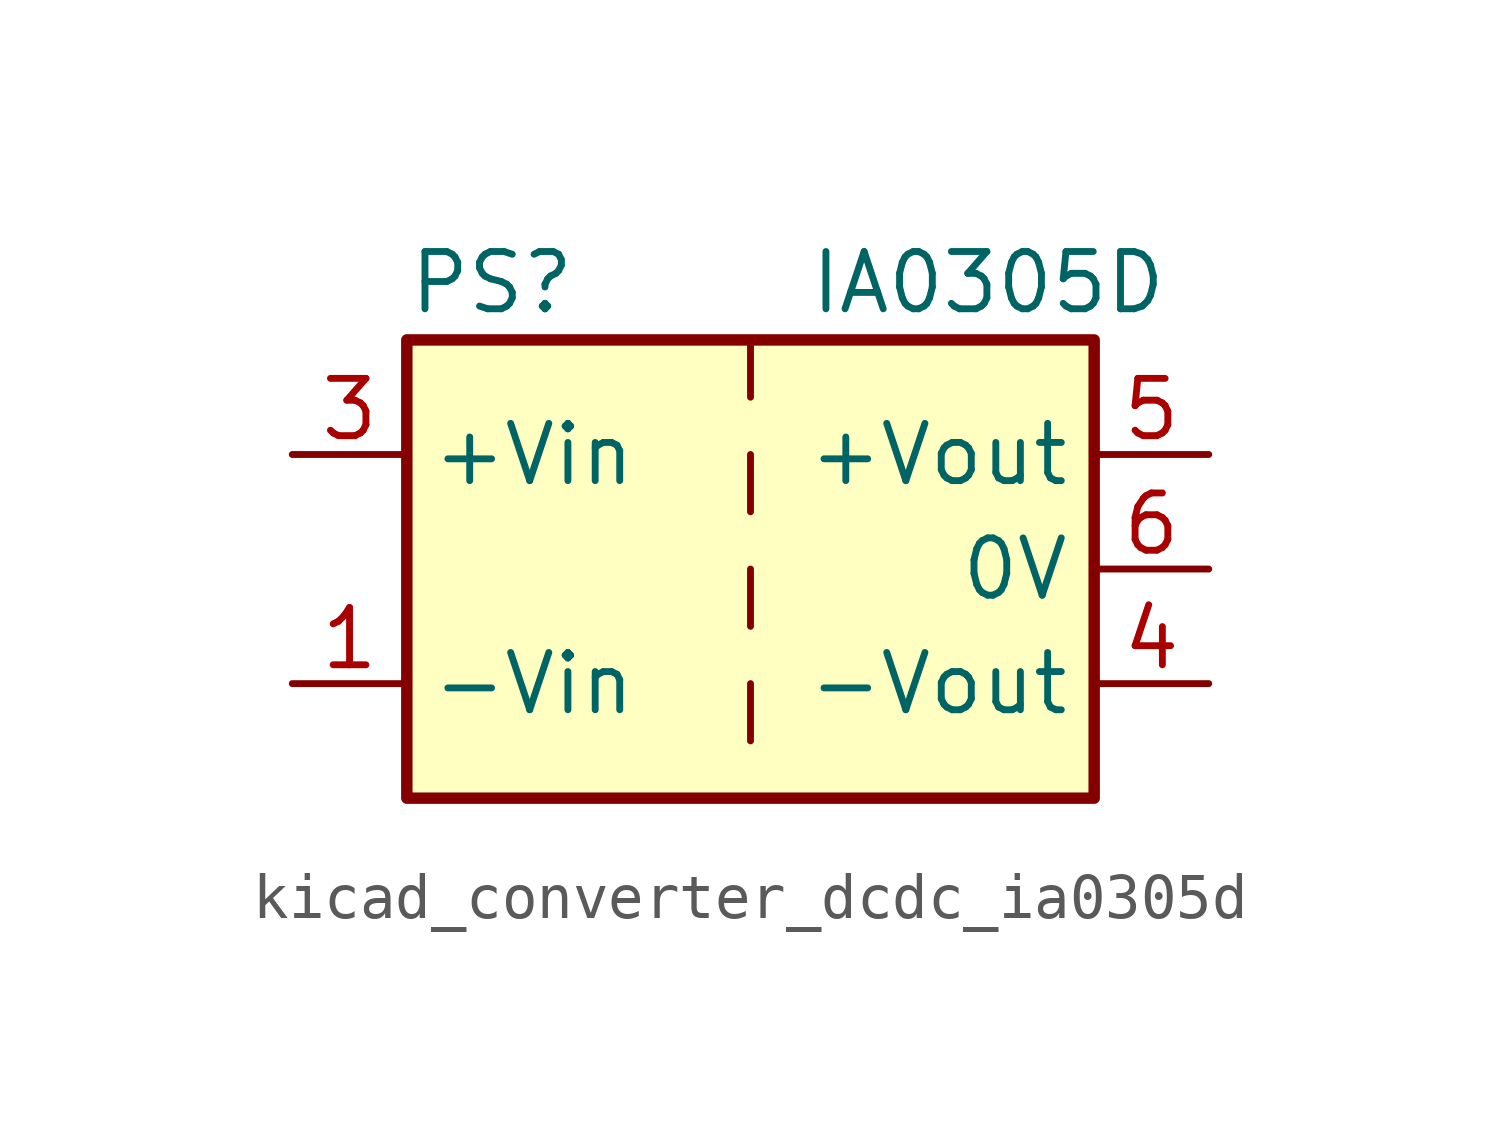
<source format=kicad_sym>
(kicad_symbol_lib
  (version 20220914)
  (generator kicad_symbol_editor)
  (symbol "kicad_converter_dcdc_ia0305d"
    (property "Reference" "PS"
      (at -7.62 6.35 0)
      (effects (font (size 1.27 1.27)) (justify left)))
    (property "Value" "IA0305D"
      (at 1.27 6.35 0)
      (effects (font (size 1.27 1.27)) (justify left)))
    (symbol "kicad_converter_dcdc_ia0305d_0_0"
      (pin power_in line (at -10.16 -2.54 0) (length 2.54) (name "-Vin" (effects (font (size 1.27 1.27)))) (number "1" (effects (font (size 1.27 1.27)))))
      (pin power_in line (at -10.16 2.54 0) (length 2.54) (name "+Vin" (effects (font (size 1.27 1.27)))) (number "3" (effects (font (size 1.27 1.27)))))
      (pin power_out line (at 10.16 -2.54 180) (length 2.54) (name "-Vout" (effects (font (size 1.27 1.27)))) (number "4" (effects (font (size 1.27 1.27)))))
      (pin power_out line (at 10.16 2.54 180) (length 2.54) (name "+Vout" (effects (font (size 1.27 1.27)))) (number "5" (effects (font (size 1.27 1.27)))))
      (pin power_out line (at 10.16 0 180) (length 2.54) (name "0V" (effects (font (size 1.27 1.27)))) (number "6" (effects (font (size 1.27 1.27))))))
    (symbol "kicad_converter_dcdc_ia0305d_0_1"
      (rectangle (start -7.62 5.08) (end 7.62 -5.08) (stroke (width 0.254) (type default)) (fill (type background)))
      (polyline (pts (xy 0 -2.54) (xy 0 -3.81)) (stroke (width 0) (type default)) (fill (type none)))
      (polyline (pts (xy 0 0) (xy 0 -1.27)) (stroke (width 0) (type default)) (fill (type none)))
      (polyline (pts (xy 0 2.54) (xy 0 1.27)) (stroke (width 0) (type default)) (fill (type none)))
      (polyline (pts (xy 0 5.08) (xy 0 3.81)) (stroke (width 0) (type default)) (fill (type none))))
    (symbol "kicad_converter_dcdc_ia0305d_1_1"
      (pin no_connect line (at 0 -5.08 90) (length 2.54) hide (name "NC" (effects (font (size 1.27 1.27)))) (number "2" (effects (font (size 1.27 1.27))))))))
</source>
